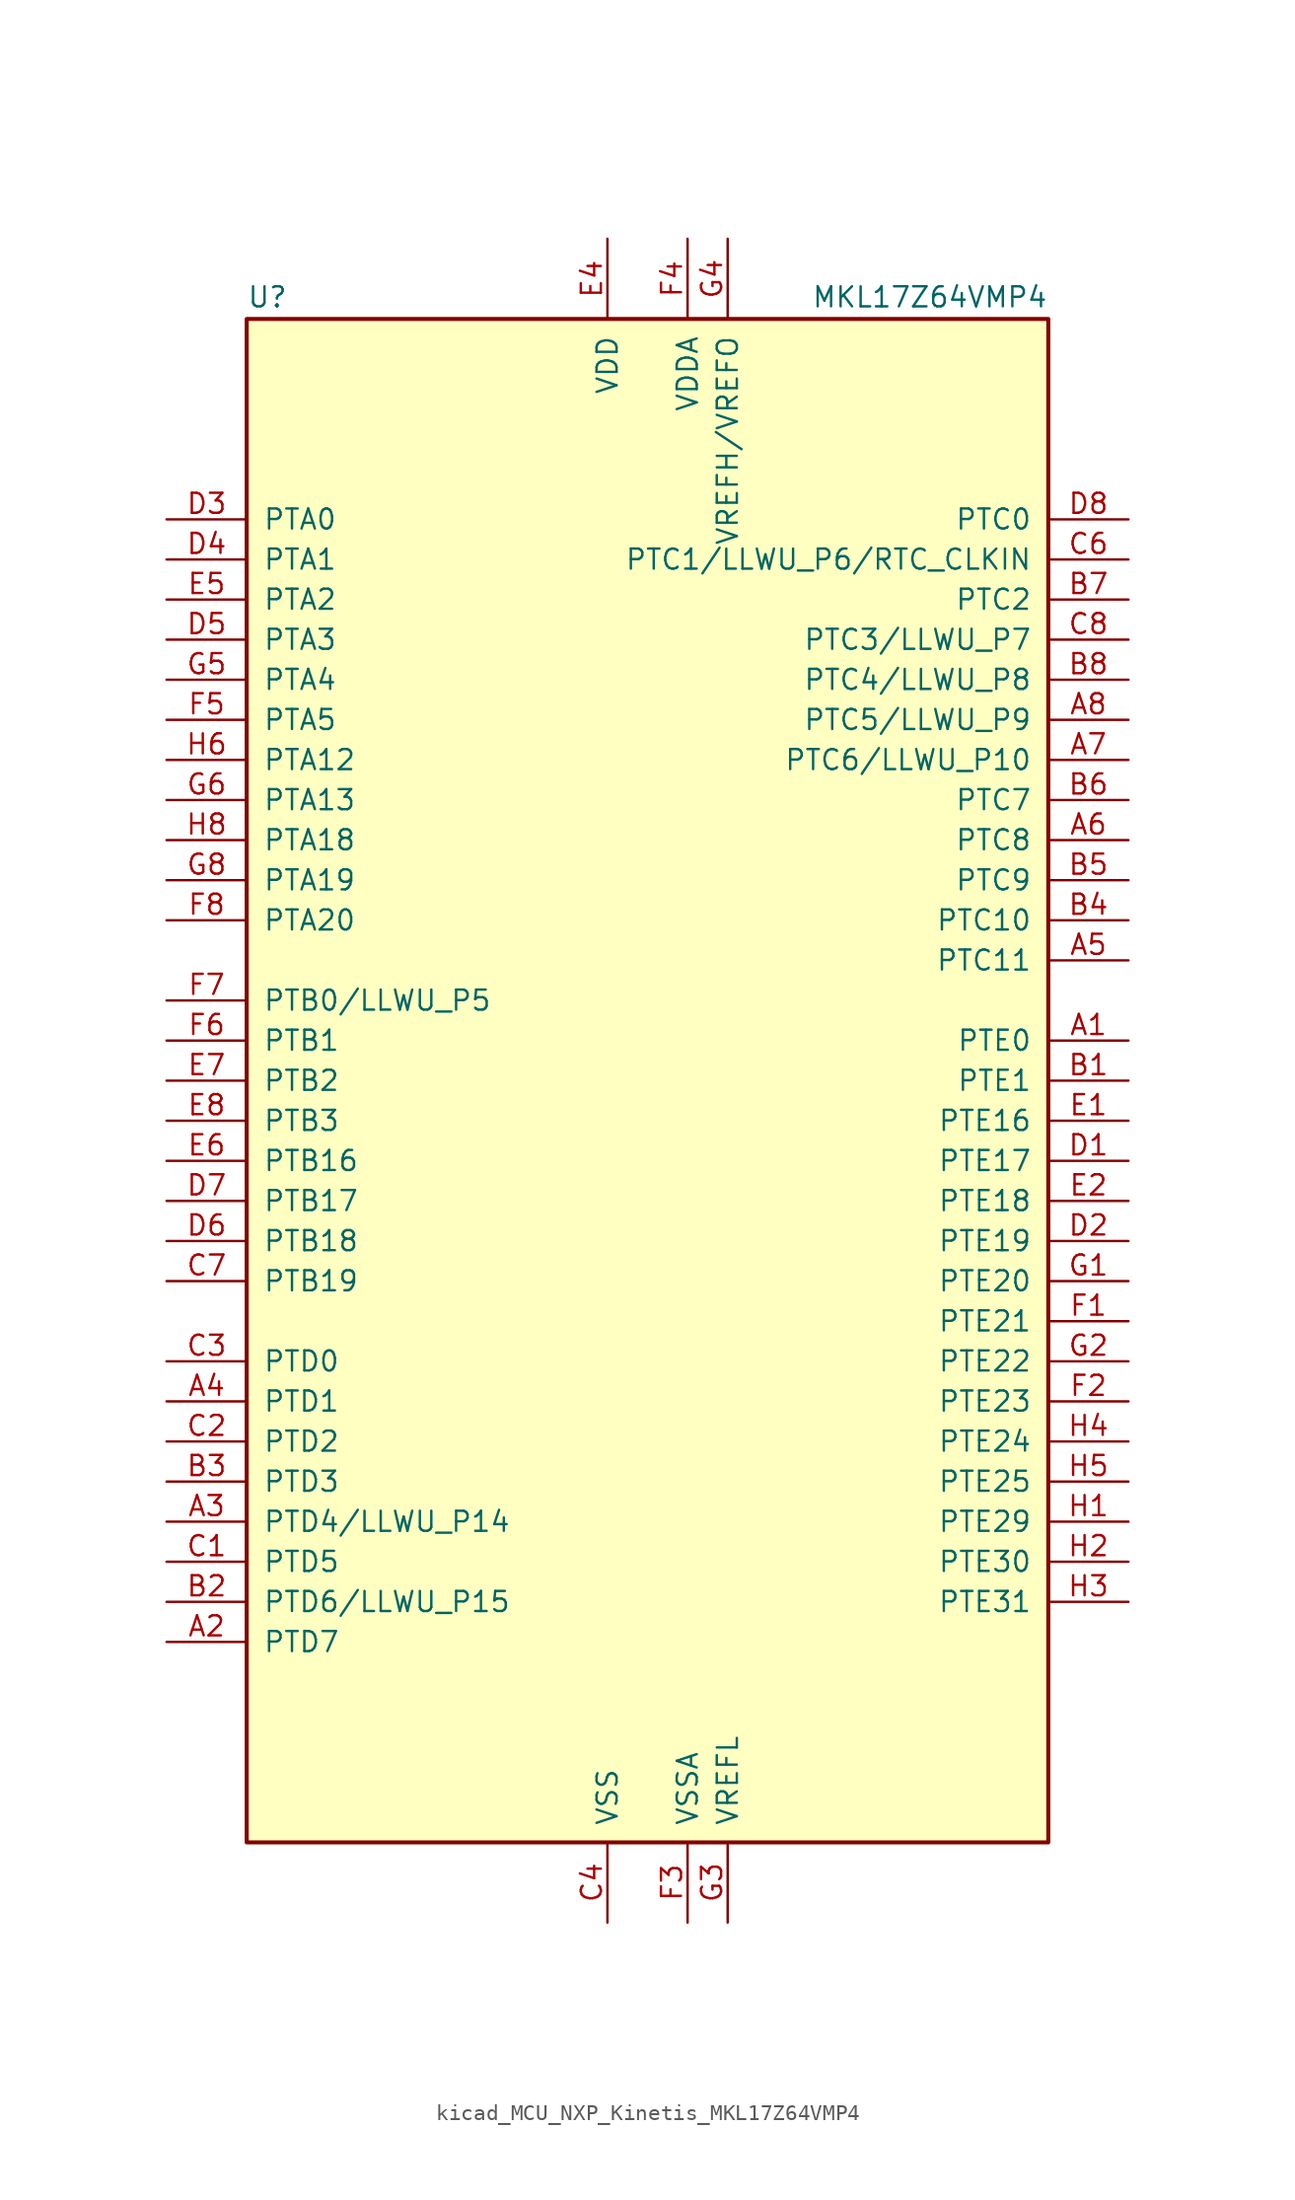
<source format=kicad_sym>
(kicad_symbol_lib
  (version 20220914)
  (generator kicad_symbol_editor)
  (symbol "kicad_MCU_NXP_Kinetis_MKL17Z64VMP4"
    (pin_names
      (offset 1.016))
    (property "Reference" "U"
      (at -25.4 48.895 0)
      (effects (font (size 1.27 1.27)) (justify left bottom)))
    (property "Value" "MKL17Z64VMP4"
      (at 25.4 48.895 0)
      (effects (font (size 1.27 1.27)) (justify right bottom)))
    (symbol "kicad_MCU_NXP_Kinetis_MKL17Z64VMP4_0_1"
      (rectangle (start -25.4 48.26) (end 25.4 -48.26) (stroke (width 0.254) (type default)) (fill (type background))))
    (symbol "kicad_MCU_NXP_Kinetis_MKL17Z64VMP4_1_1"
      (pin bidirectional line (at 30.48 2.54 180) (length 5.08) (name "PTE0" (effects (font (size 1.27 1.27)))) (number "A1" (effects (font (size 1.27 1.27)))))
      (pin bidirectional line (at -30.48 -35.56 0) (length 5.08) (name "PTD7" (effects (font (size 1.27 1.27)))) (number "A2" (effects (font (size 1.27 1.27)))))
      (pin bidirectional line (at -30.48 -27.94 0) (length 5.08) (name "PTD4/LLWU_P14" (effects (font (size 1.27 1.27)))) (number "A3" (effects (font (size 1.27 1.27)))))
      (pin bidirectional line (at -30.48 -20.32 0) (length 5.08) (name "PTD1" (effects (font (size 1.27 1.27)))) (number "A4" (effects (font (size 1.27 1.27)))))
      (pin bidirectional line (at 30.48 7.62 180) (length 5.08) (name "PTC11" (effects (font (size 1.27 1.27)))) (number "A5" (effects (font (size 1.27 1.27)))))
      (pin bidirectional line (at 30.48 15.24 180) (length 5.08) (name "PTC8" (effects (font (size 1.27 1.27)))) (number "A6" (effects (font (size 1.27 1.27)))))
      (pin bidirectional line (at 30.48 20.32 180) (length 5.08) (name "PTC6/LLWU_P10" (effects (font (size 1.27 1.27)))) (number "A7" (effects (font (size 1.27 1.27)))))
      (pin bidirectional line (at 30.48 22.86 180) (length 5.08) (name "PTC5/LLWU_P9" (effects (font (size 1.27 1.27)))) (number "A8" (effects (font (size 1.27 1.27)))))
      (pin bidirectional line (at 30.48 0 180) (length 5.08) (name "PTE1" (effects (font (size 1.27 1.27)))) (number "B1" (effects (font (size 1.27 1.27)))))
      (pin bidirectional line (at -30.48 -33.02 0) (length 5.08) (name "PTD6/LLWU_P15" (effects (font (size 1.27 1.27)))) (number "B2" (effects (font (size 1.27 1.27)))))
      (pin bidirectional line (at -30.48 -25.4 0) (length 5.08) (name "PTD3" (effects (font (size 1.27 1.27)))) (number "B3" (effects (font (size 1.27 1.27)))))
      (pin bidirectional line (at 30.48 10.16 180) (length 5.08) (name "PTC10" (effects (font (size 1.27 1.27)))) (number "B4" (effects (font (size 1.27 1.27)))))
      (pin bidirectional line (at 30.48 12.7 180) (length 5.08) (name "PTC9" (effects (font (size 1.27 1.27)))) (number "B5" (effects (font (size 1.27 1.27)))))
      (pin bidirectional line (at 30.48 17.78 180) (length 5.08) (name "PTC7" (effects (font (size 1.27 1.27)))) (number "B6" (effects (font (size 1.27 1.27)))))
      (pin bidirectional line (at 30.48 30.48 180) (length 5.08) (name "PTC2" (effects (font (size 1.27 1.27)))) (number "B7" (effects (font (size 1.27 1.27)))))
      (pin bidirectional line (at 30.48 25.4 180) (length 5.08) (name "PTC4/LLWU_P8" (effects (font (size 1.27 1.27)))) (number "B8" (effects (font (size 1.27 1.27)))))
      (pin bidirectional line (at -30.48 -30.48 0) (length 5.08) (name "PTD5" (effects (font (size 1.27 1.27)))) (number "C1" (effects (font (size 1.27 1.27)))))
      (pin bidirectional line (at -30.48 -22.86 0) (length 5.08) (name "PTD2" (effects (font (size 1.27 1.27)))) (number "C2" (effects (font (size 1.27 1.27)))))
      (pin bidirectional line (at -30.48 -17.78 0) (length 5.08) (name "PTD0" (effects (font (size 1.27 1.27)))) (number "C3" (effects (font (size 1.27 1.27)))))
      (pin power_in line (at -2.54 -53.34 90) (length 5.08) (name "VSS" (effects (font (size 1.27 1.27)))) (number "C4" (effects (font (size 1.27 1.27)))))
      (pin no_connect line (at -15.24 -48.26 90) (length 5.08) hide (name "NC" (effects (font (size 1.27 1.27)))) (number "C5" (effects (font (size 1.27 1.27)))))
      (pin bidirectional line (at 30.48 33.02 180) (length 5.08) (name "PTC1/LLWU_P6/RTC_CLKIN" (effects (font (size 1.27 1.27)))) (number "C6" (effects (font (size 1.27 1.27)))))
      (pin bidirectional line (at -30.48 -12.7 0) (length 5.08) (name "PTB19" (effects (font (size 1.27 1.27)))) (number "C7" (effects (font (size 1.27 1.27)))))
      (pin bidirectional line (at 30.48 27.94 180) (length 5.08) (name "PTC3/LLWU_P7" (effects (font (size 1.27 1.27)))) (number "C8" (effects (font (size 1.27 1.27)))))
      (pin bidirectional line (at 30.48 -5.08 180) (length 5.08) (name "PTE17" (effects (font (size 1.27 1.27)))) (number "D1" (effects (font (size 1.27 1.27)))))
      (pin bidirectional line (at 30.48 -10.16 180) (length 5.08) (name "PTE19" (effects (font (size 1.27 1.27)))) (number "D2" (effects (font (size 1.27 1.27)))))
      (pin bidirectional line (at -30.48 35.56 0) (length 5.08) (name "PTA0" (effects (font (size 1.27 1.27)))) (number "D3" (effects (font (size 1.27 1.27)))))
      (pin bidirectional line (at -30.48 33.02 0) (length 5.08) (name "PTA1" (effects (font (size 1.27 1.27)))) (number "D4" (effects (font (size 1.27 1.27)))))
      (pin bidirectional line (at -30.48 27.94 0) (length 5.08) (name "PTA3" (effects (font (size 1.27 1.27)))) (number "D5" (effects (font (size 1.27 1.27)))))
      (pin bidirectional line (at -30.48 -10.16 0) (length 5.08) (name "PTB18" (effects (font (size 1.27 1.27)))) (number "D6" (effects (font (size 1.27 1.27)))))
      (pin bidirectional line (at -30.48 -7.62 0) (length 5.08) (name "PTB17" (effects (font (size 1.27 1.27)))) (number "D7" (effects (font (size 1.27 1.27)))))
      (pin bidirectional line (at 30.48 35.56 180) (length 5.08) (name "PTC0" (effects (font (size 1.27 1.27)))) (number "D8" (effects (font (size 1.27 1.27)))))
      (pin bidirectional line (at 30.48 -2.54 180) (length 5.08) (name "PTE16" (effects (font (size 1.27 1.27)))) (number "E1" (effects (font (size 1.27 1.27)))))
      (pin bidirectional line (at 30.48 -7.62 180) (length 5.08) (name "PTE18" (effects (font (size 1.27 1.27)))) (number "E2" (effects (font (size 1.27 1.27)))))
      (pin passive line (at -2.54 -53.34 90) (length 5.08) hide (name "VSS" (effects (font (size 1.27 1.27)))) (number "E3" (effects (font (size 1.27 1.27)))))
      (pin power_in line (at -2.54 53.34 270) (length 5.08) (name "VDD" (effects (font (size 1.27 1.27)))) (number "E4" (effects (font (size 1.27 1.27)))))
      (pin bidirectional line (at -30.48 30.48 0) (length 5.08) (name "PTA2" (effects (font (size 1.27 1.27)))) (number "E5" (effects (font (size 1.27 1.27)))))
      (pin bidirectional line (at -30.48 -5.08 0) (length 5.08) (name "PTB16" (effects (font (size 1.27 1.27)))) (number "E6" (effects (font (size 1.27 1.27)))))
      (pin bidirectional line (at -30.48 0 0) (length 5.08) (name "PTB2" (effects (font (size 1.27 1.27)))) (number "E7" (effects (font (size 1.27 1.27)))))
      (pin bidirectional line (at -30.48 -2.54 0) (length 5.08) (name "PTB3" (effects (font (size 1.27 1.27)))) (number "E8" (effects (font (size 1.27 1.27)))))
      (pin bidirectional line (at 30.48 -15.24 180) (length 5.08) (name "PTE21" (effects (font (size 1.27 1.27)))) (number "F1" (effects (font (size 1.27 1.27)))))
      (pin bidirectional line (at 30.48 -20.32 180) (length 5.08) (name "PTE23" (effects (font (size 1.27 1.27)))) (number "F2" (effects (font (size 1.27 1.27)))))
      (pin power_in line (at 2.54 -53.34 90) (length 5.08) (name "VSSA" (effects (font (size 1.27 1.27)))) (number "F3" (effects (font (size 1.27 1.27)))))
      (pin power_in line (at 2.54 53.34 270) (length 5.08) (name "VDDA" (effects (font (size 1.27 1.27)))) (number "F4" (effects (font (size 1.27 1.27)))))
      (pin bidirectional line (at -30.48 22.86 0) (length 5.08) (name "PTA5" (effects (font (size 1.27 1.27)))) (number "F5" (effects (font (size 1.27 1.27)))))
      (pin bidirectional line (at -30.48 2.54 0) (length 5.08) (name "PTB1" (effects (font (size 1.27 1.27)))) (number "F6" (effects (font (size 1.27 1.27)))))
      (pin bidirectional line (at -30.48 5.08 0) (length 5.08) (name "PTB0/LLWU_P5" (effects (font (size 1.27 1.27)))) (number "F7" (effects (font (size 1.27 1.27)))))
      (pin bidirectional line (at -30.48 10.16 0) (length 5.08) (name "PTA20" (effects (font (size 1.27 1.27)))) (number "F8" (effects (font (size 1.27 1.27)))))
      (pin bidirectional line (at 30.48 -12.7 180) (length 5.08) (name "PTE20" (effects (font (size 1.27 1.27)))) (number "G1" (effects (font (size 1.27 1.27)))))
      (pin bidirectional line (at 30.48 -17.78 180) (length 5.08) (name "PTE22" (effects (font (size 1.27 1.27)))) (number "G2" (effects (font (size 1.27 1.27)))))
      (pin power_in line (at 5.08 -53.34 90) (length 5.08) (name "VREFL" (effects (font (size 1.27 1.27)))) (number "G3" (effects (font (size 1.27 1.27)))))
      (pin power_in line (at 5.08 53.34 270) (length 5.08) (name "VREFH/VREFO" (effects (font (size 1.27 1.27)))) (number "G4" (effects (font (size 1.27 1.27)))))
      (pin bidirectional line (at -30.48 25.4 0) (length 5.08) (name "PTA4" (effects (font (size 1.27 1.27)))) (number "G5" (effects (font (size 1.27 1.27)))))
      (pin bidirectional line (at -30.48 17.78 0) (length 5.08) (name "PTA13" (effects (font (size 1.27 1.27)))) (number "G6" (effects (font (size 1.27 1.27)))))
      (pin passive line (at -2.54 53.34 270) (length 5.08) hide (name "VDD" (effects (font (size 1.27 1.27)))) (number "G7" (effects (font (size 1.27 1.27)))))
      (pin bidirectional line (at -30.48 12.7 0) (length 5.08) (name "PTA19" (effects (font (size 1.27 1.27)))) (number "G8" (effects (font (size 1.27 1.27)))))
      (pin bidirectional line (at 30.48 -27.94 180) (length 5.08) (name "PTE29" (effects (font (size 1.27 1.27)))) (number "H1" (effects (font (size 1.27 1.27)))))
      (pin bidirectional line (at 30.48 -30.48 180) (length 5.08) (name "PTE30" (effects (font (size 1.27 1.27)))) (number "H2" (effects (font (size 1.27 1.27)))))
      (pin bidirectional line (at 30.48 -33.02 180) (length 5.08) (name "PTE31" (effects (font (size 1.27 1.27)))) (number "H3" (effects (font (size 1.27 1.27)))))
      (pin bidirectional line (at 30.48 -22.86 180) (length 5.08) (name "PTE24" (effects (font (size 1.27 1.27)))) (number "H4" (effects (font (size 1.27 1.27)))))
      (pin bidirectional line (at 30.48 -25.4 180) (length 5.08) (name "PTE25" (effects (font (size 1.27 1.27)))) (number "H5" (effects (font (size 1.27 1.27)))))
      (pin bidirectional line (at -30.48 20.32 0) (length 5.08) (name "PTA12" (effects (font (size 1.27 1.27)))) (number "H6" (effects (font (size 1.27 1.27)))))
      (pin passive line (at -2.54 -53.34 90) (length 5.08) hide (name "VSS" (effects (font (size 1.27 1.27)))) (number "H7" (effects (font (size 1.27 1.27)))))
      (pin bidirectional line (at -30.48 15.24 0) (length 5.08) (name "PTA18" (effects (font (size 1.27 1.27)))) (number "H8" (effects (font (size 1.27 1.27))))))))
</source>
